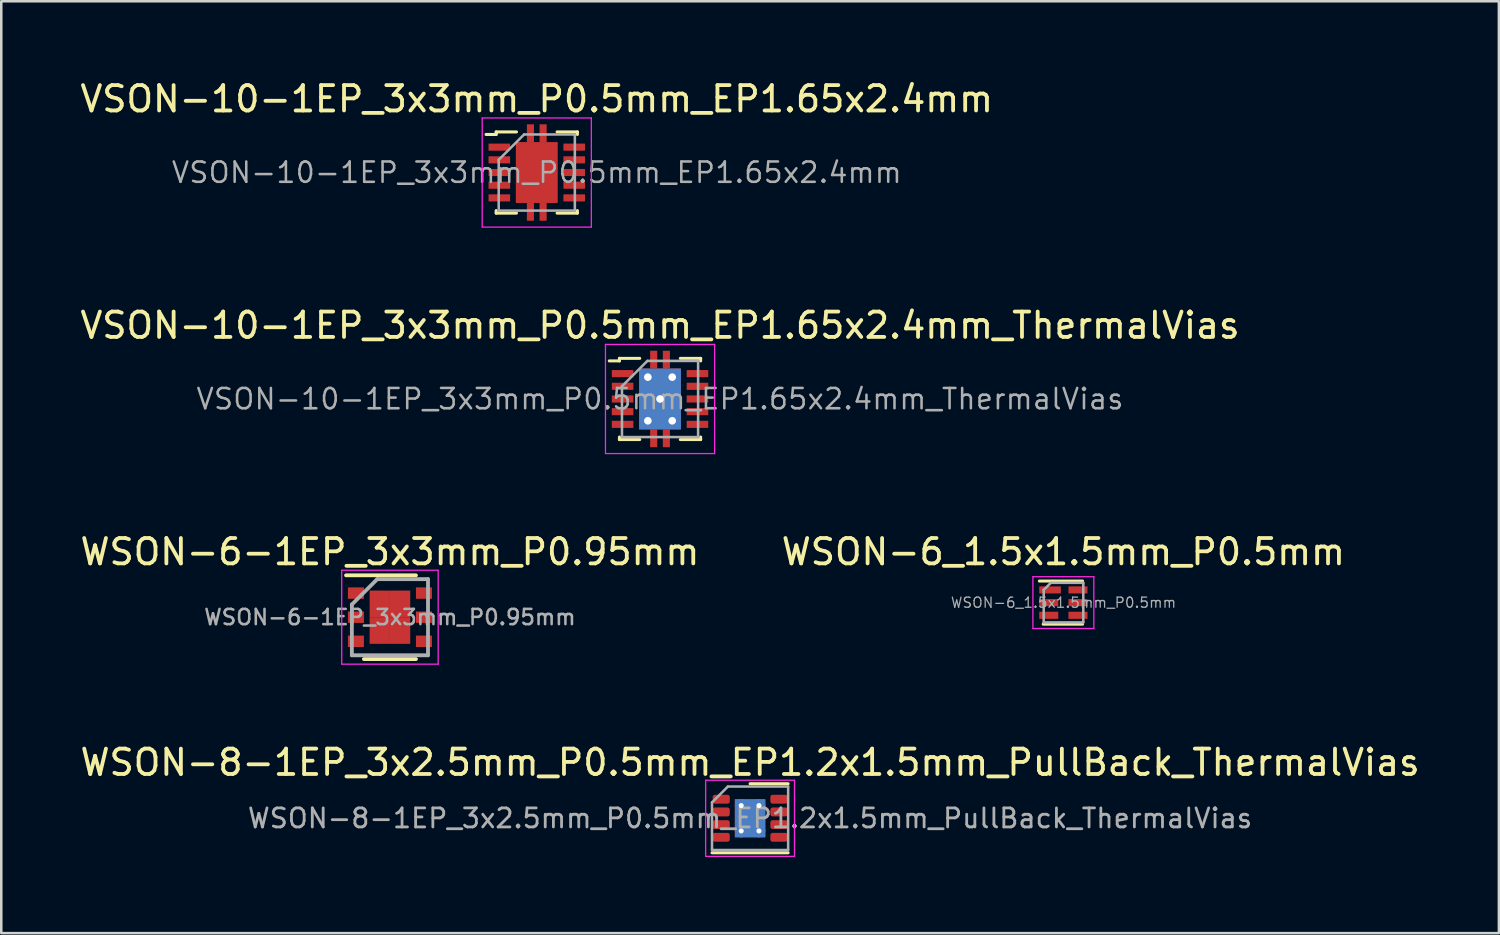
<source format=kicad_pcb>
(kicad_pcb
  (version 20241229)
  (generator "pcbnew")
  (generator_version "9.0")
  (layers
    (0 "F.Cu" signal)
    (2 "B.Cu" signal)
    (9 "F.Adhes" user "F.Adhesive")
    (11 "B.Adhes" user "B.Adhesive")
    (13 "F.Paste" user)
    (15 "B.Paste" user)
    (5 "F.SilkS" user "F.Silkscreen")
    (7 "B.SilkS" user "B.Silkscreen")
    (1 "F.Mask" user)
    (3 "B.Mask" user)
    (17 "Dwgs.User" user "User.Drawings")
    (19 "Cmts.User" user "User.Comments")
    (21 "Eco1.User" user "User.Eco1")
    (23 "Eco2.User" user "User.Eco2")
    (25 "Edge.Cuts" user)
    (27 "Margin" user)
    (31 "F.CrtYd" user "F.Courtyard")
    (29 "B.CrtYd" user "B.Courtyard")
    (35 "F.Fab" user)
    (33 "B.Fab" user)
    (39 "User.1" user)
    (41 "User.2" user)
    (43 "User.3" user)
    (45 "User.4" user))
  (footprint "VSON-10-1EP_3x3mm_P0.5mm_EP1.65x2.4mm"
    (layer "F.Cu")
    (at 18.101 3.748)
    (property "Reference" "VSON-10-1EP_3x3mm_P0.5mm_EP1.65x2.4mm" (at 0 -2.9 0) (layer "F.SilkS") (effects (font (size 1 1) (thickness 0.15))))
    (attr smd)
    (fp_line (start -1.6 -1.6) (end -1.6 -1.5) (stroke (width 0.12) (type solid)) (layer "F.SilkS"))
    (fp_line (start -1.6 -1.5) (end -2 -1.5) (stroke (width 0.12) (type solid)) (layer "F.SilkS"))
    (fp_line (start -1.6 1.5) (end -1.6 1.6) (stroke (width 0.12) (type solid)) (layer "F.SilkS"))
    (fp_line (start -1.6 1.6) (end -0.8 1.6) (stroke (width 0.12) (type solid)) (layer "F.SilkS"))
    (fp_line (start -0.8 -1.6) (end -1.6 -1.6) (stroke (width 0.12) (type solid)) (layer "F.SilkS"))
    (fp_line (start 0.8 -1.6) (end 1.6 -1.6) (stroke (width 0.12) (type solid)) (layer "F.SilkS"))
    (fp_line (start 0.8 1.6) (end 1.6 1.6) (stroke (width 0.12) (type solid)) (layer "F.SilkS"))
    (fp_line (start 1.6 -1.6) (end 1.6 -1.5) (stroke (width 0.12) (type solid)) (layer "F.SilkS"))
    (fp_line (start 1.6 1.6) (end 1.6 1.5) (stroke (width 0.12) (type solid)) (layer "F.SilkS"))
    (fp_line (start -2.15 -2.15) (end 2.15 -2.15) (stroke (width 0.05) (type solid)) (layer "F.CrtYd"))
    (fp_line (start -2.15 2.15) (end -2.15 -2.15) (stroke (width 0.05) (type solid)) (layer "F.CrtYd"))
    (fp_line (start 2.15 -2.15) (end 2.15 2.15) (stroke (width 0.05) (type solid)) (layer "F.CrtYd"))
    (fp_line (start 2.15 2.15) (end -2.15 2.15) (stroke (width 0.05) (type solid)) (layer "F.CrtYd"))
    (fp_line (start -1.5 -0.5) (end -1.5 1.5) (stroke (width 0.1) (type solid)) (layer "F.Fab"))
    (fp_line (start -1.5 -0.5) (end -0.5 -1.5) (stroke (width 0.1) (type solid)) (layer "F.Fab"))
    (fp_line (start -1.5 1.5) (end 1.5 1.5) (stroke (width 0.1) (type solid)) (layer "F.Fab"))
    (fp_line (start -0.5 -1.5) (end 1.5 -1.5) (stroke (width 0.1) (type solid)) (layer "F.Fab"))
    (fp_line (start 1.5 -1.5) (end 1.5 1.5) (stroke (width 0.1) (type solid)) (layer "F.Fab"))
    (fp_text user "${REFERENCE}" (at 0 0 0) (layer "F.Fab") (effects (font (size 0.8 0.8) (thickness 0.1))))
    (pad "" smd rect (at -0.412 -0.8) (size 0.64 0.64) (layers "F.Paste"))
    (pad "" smd rect (at -0.412 0) (size 0.64 0.64) (layers "F.Paste"))
    (pad "" smd rect (at -0.412 0.8) (size 0.64 0.64) (layers "F.Paste"))
    (pad "" smd rect (at 0.412 -0.8) (size 0.64 0.64) (layers "F.Paste"))
    (pad "" smd rect (at 0.412 0) (size 0.64 0.64) (layers "F.Paste"))
    (pad "" smd rect (at 0.412 0.8) (size 0.64 0.64) (layers "F.Paste"))
    (pad "1" smd rect (at -1.475 -1) (size 0.85 0.28) (layers "F.Cu" "F.Mask" "F.Paste"))
    (pad "2" smd rect (at -1.475 -0.5) (size 0.85 0.28) (layers "F.Cu" "F.Mask" "F.Paste"))
    (pad "3" smd rect (at -1.475 0) (size 0.85 0.28) (layers "F.Cu" "F.Mask" "F.Paste"))
    (pad "4" smd rect (at -1.475 0.5) (size 0.85 0.28) (layers "F.Cu" "F.Mask" "F.Paste"))
    (pad "5" smd rect (at -1.475 1) (size 0.85 0.28) (layers "F.Cu" "F.Mask" "F.Paste"))
    (pad "6" smd rect (at 1.475 1) (size 0.85 0.28) (layers "F.Cu" "F.Mask" "F.Paste"))
    (pad "7" smd rect (at 1.475 0.5) (size 0.85 0.28) (layers "F.Cu" "F.Mask" "F.Paste"))
    (pad "8" smd rect (at 1.475 0) (size 0.85 0.28) (layers "F.Cu" "F.Mask" "F.Paste"))
    (pad "9" smd rect (at 1.475 -0.5) (size 0.85 0.28) (layers "F.Cu" "F.Mask" "F.Paste"))
    (pad "10" smd rect (at 1.475 -1) (size 0.85 0.28) (layers "F.Cu" "F.Mask" "F.Paste"))
    (pad "11" smd rect (at -0.25 -1.55) (size 0.28 0.7) (layers "F.Cu" "F.Mask" "F.Paste"))
    (pad "11" smd rect (at -0.25 1.55) (size 0.28 0.7) (layers "F.Cu" "F.Mask" "F.Paste"))
    (pad "11" smd rect (at 0 0) (size 1.65 2.4) (layers "F.Cu" "F.Mask"))
    (pad "11" smd rect (at 0.25 -1.55) (size 0.28 0.7) (layers "F.Cu" "F.Mask" "F.Paste"))
    (pad "11" smd rect (at 0.25 1.55) (size 0.28 0.7) (layers "F.Cu" "F.Mask" "F.Paste")))
  (footprint "WSON-6-1EP_3x3mm_P0.95mm"
    (layer "F.Cu")
    (at 12.315 21.27)
    (property "Reference" "WSON-6-1EP_3x3mm_P0.95mm" (at 0 -2.575 0) (layer "F.SilkS") (effects (font (size 1 1) (thickness 0.15))))
    (attr smd)
    (fp_line (start -1.73 -1.65) (end 1.025 -1.65) (stroke (width 0.15) (type solid)) (layer "F.SilkS"))
    (fp_line (start -1.025 1.65) (end 1.025 1.65) (stroke (width 0.15) (type solid)) (layer "F.SilkS"))
    (fp_line (start -1.9 -1.85) (end -1.9 1.85) (stroke (width 0.05) (type solid)) (layer "F.CrtYd"))
    (fp_line (start -1.9 -1.85) (end 1.9 -1.85) (stroke (width 0.05) (type solid)) (layer "F.CrtYd"))
    (fp_line (start -1.9 1.85) (end 1.9 1.85) (stroke (width 0.05) (type solid)) (layer "F.CrtYd"))
    (fp_line (start 1.9 -1.85) (end 1.9 1.85) (stroke (width 0.05) (type solid)) (layer "F.CrtYd"))
    (fp_line (start -1.5 -0.5) (end -0.5 -1.5) (stroke (width 0.15) (type solid)) (layer "F.Fab"))
    (fp_line (start -1.5 1.5) (end -1.5 -0.5) (stroke (width 0.15) (type solid)) (layer "F.Fab"))
    (fp_line (start -0.5 -1.5) (end 1.5 -1.5) (stroke (width 0.15) (type solid)) (layer "F.Fab"))
    (fp_line (start 1.5 -1.5) (end 1.5 1.5) (stroke (width 0.15) (type solid)) (layer "F.Fab"))
    (fp_line (start 1.5 1.5) (end -1.5 1.5) (stroke (width 0.15) (type solid)) (layer "F.Fab"))
    (fp_text user "${REFERENCE}" (at 0 0 0) (layer "F.Fab") (effects (font (size 0.6 0.6) (thickness 0.1))))
    (pad "1" smd rect (at -1.34 -0.95) (size 0.63 0.45) (layers "F.Cu" "F.Mask" "F.Paste"))
    (pad "2" smd rect (at -1.34 0) (size 0.63 0.45) (layers "F.Cu" "F.Mask" "F.Paste"))
    (pad "3" smd rect (at -1.34 0.95) (size 0.63 0.45) (layers "F.Cu" "F.Mask" "F.Paste"))
    (pad "4" smd rect (at 1.34 0.95) (size 0.63 0.45) (layers "F.Cu" "F.Mask" "F.Paste"))
    (pad "5" smd rect (at 1.34 0) (size 0.63 0.45) (layers "F.Cu" "F.Mask" "F.Paste"))
    (pad "6" smd rect (at 1.34 -0.95) (size 0.63 0.45) (layers "F.Cu" "F.Mask" "F.Paste"))
    (pad "7" smd rect (at -0.4 -0.525) (size 0.8 1.05) (layers "F.Cu" "F.Mask" "F.Paste"))
    (pad "7" smd rect (at -0.4 0.525) (size 0.8 1.05) (layers "F.Cu" "F.Mask" "F.Paste"))
    (pad "7" smd rect (at 0.4 -0.525) (size 0.8 1.05) (layers "F.Cu" "F.Mask" "F.Paste"))
    (pad "7" smd rect (at 0.4 0.525) (size 0.8 1.05) (layers "F.Cu" "F.Mask" "F.Paste")))
  (footprint "WSON-8-1EP_3x2.5mm_P0.5mm_EP1.2x1.5mm_PullBack_ThermalVias"
    (layer "F.Cu")
    (at 26.506 29.193)
    (property "Reference" "WSON-8-1EP_3x2.5mm_P0.5mm_EP1.2x1.5mm_PullBack_ThermalVias" (at 0 -2.2 0) (layer "F.SilkS") (effects (font (size 1 1) (thickness 0.15))))
    (attr smd)
    (fp_line (start -1.5 1.36) (end 1.5 1.36) (stroke (width 0.12) (type solid)) (layer "F.SilkS"))
    (fp_line (start 0 -1.36) (end 1.5 -1.36) (stroke (width 0.12) (type solid)) (layer "F.SilkS"))
    (fp_line (start -1.75 -1.5) (end -1.75 1.5) (stroke (width 0.05) (type solid)) (layer "F.CrtYd"))
    (fp_line (start -1.75 1.5) (end 1.75 1.5) (stroke (width 0.05) (type solid)) (layer "F.CrtYd"))
    (fp_line (start 1.75 -1.5) (end -1.75 -1.5) (stroke (width 0.05) (type solid)) (layer "F.CrtYd"))
    (fp_line (start 1.75 1.5) (end 1.75 -1.5) (stroke (width 0.05) (type solid)) (layer "F.CrtYd"))
    (fp_line (start -1.5 -0.625) (end -0.875 -1.25) (stroke (width 0.1) (type solid)) (layer "F.Fab"))
    (fp_line (start -1.5 1.25) (end -1.5 -0.625) (stroke (width 0.1) (type solid)) (layer "F.Fab"))
    (fp_line (start -0.875 -1.25) (end 1.5 -1.25) (stroke (width 0.1) (type solid)) (layer "F.Fab"))
    (fp_line (start 1.5 -1.25) (end 1.5 1.25) (stroke (width 0.1) (type solid)) (layer "F.Fab"))
    (fp_line (start 1.5 1.25) (end -1.5 1.25) (stroke (width 0.1) (type solid)) (layer "F.Fab"))
    (fp_text user "${REFERENCE}" (at 0 0 0) (layer "F.Fab") (effects (font (size 0.75 0.75) (thickness 0.11))))
    (pad "" smd roundrect (at -0.3 -0.375) (size 0.52 0.65) (layers "F.Paste") (roundrect_rratio 0.25))
    (pad "" smd roundrect (at -0.3 0.375) (size 0.52 0.65) (layers "F.Paste") (roundrect_rratio 0.25))
    (pad "" smd roundrect (at 0.3 -0.375) (size 0.52 0.65) (layers "F.Paste") (roundrect_rratio 0.25))
    (pad "" smd roundrect (at 0.3 0.375) (size 0.52 0.65) (layers "F.Paste") (roundrect_rratio 0.25))
    (pad "1" smd roundrect (at -1.137 -0.75) (size 0.675 0.35) (layers "F.Cu" "F.Mask" "F.Paste") (roundrect_rratio 0.25))
    (pad "2" smd roundrect (at -1.137 -0.25) (size 0.675 0.35) (layers "F.Cu" "F.Mask" "F.Paste") (roundrect_rratio 0.25))
    (pad "3" smd roundrect (at -1.137 0.25) (size 0.675 0.35) (layers "F.Cu" "F.Mask" "F.Paste") (roundrect_rratio 0.25))
    (pad "4" smd roundrect (at -1.137 0.75) (size 0.675 0.35) (layers "F.Cu" "F.Mask" "F.Paste") (roundrect_rratio 0.25))
    (pad "5" smd roundrect (at 1.137 0.75) (size 0.675 0.35) (layers "F.Cu" "F.Mask" "F.Paste") (roundrect_rratio 0.25))
    (pad "6" smd roundrect (at 1.137 0.25) (size 0.675 0.35) (layers "F.Cu" "F.Mask" "F.Paste") (roundrect_rratio 0.25))
    (pad "7" smd roundrect (at 1.137 -0.25) (size 0.675 0.35) (layers "F.Cu" "F.Mask" "F.Paste") (roundrect_rratio 0.25))
    (pad "8" smd roundrect (at 1.137 -0.75) (size 0.675 0.35) (layers "F.Cu" "F.Mask" "F.Paste") (roundrect_rratio 0.25))
    (pad "9" thru_hole circle (at -0.35 -0.5) (size 0.5 0.5) (drill 0.2) (layers "*.Cu"))
    (pad "9" thru_hole circle (at -0.35 0.5) (size 0.5 0.5) (drill 0.2) (layers "*.Cu"))
    (pad "9" smd rect (at 0 0) (size 1.2 1.5) (layers "F.Cu" "F.Mask"))
    (pad "9" smd rect (at 0 0) (size 1.2 1.5) (layers "B.Cu"))
    (pad "9" thru_hole circle (at 0.35 -0.5) (size 0.5 0.5) (drill 0.2) (layers "*.Cu"))
    (pad "9" thru_hole circle (at 0.35 0.5) (size 0.5 0.5) (drill 0.2) (layers "*.Cu")))
  (footprint "WSON-6_1.5x1.5mm_P0.5mm"
    (layer "F.Cu")
    (at 38.851 20.695)
    (property "Reference" "WSON-6_1.5x1.5mm_P0.5mm" (at 0 -2 0) (layer "F.SilkS") (effects (font (size 1 1) (thickness 0.15))))
    (attr smd)
    (fp_line (start -0.945 -0.85) (end 0.755 -0.85) (stroke (width 0.12) (type solid)) (layer "F.SilkS"))
    (fp_line (start -0.795 0.85) (end 0.755 0.85) (stroke (width 0.12) (type solid)) (layer "F.SilkS"))
    (fp_line (start -1.2 1.02) (end -1.2 -1.02) (stroke (width 0.05) (type solid)) (layer "F.CrtYd"))
    (fp_line (start -1.2 1.02) (end 1.2 1.02) (stroke (width 0.05) (type solid)) (layer "F.CrtYd"))
    (fp_line (start 1.2 -1.02) (end -1.2 -1.02) (stroke (width 0.05) (type solid)) (layer "F.CrtYd"))
    (fp_line (start 1.2 -1.02) (end 1.2 1.02) (stroke (width 0.05) (type solid)) (layer "F.CrtYd"))
    (fp_line (start -0.775 -0.5) (end -0.775 0.78) (stroke (width 0.1) (type solid)) (layer "F.Fab"))
    (fp_line (start -0.775 0.78) (end 0.785 0.78) (stroke (width 0.1) (type solid)) (layer "F.Fab"))
    (fp_line (start -0.495 -0.78) (end -0.775 -0.5) (stroke (width 0.1) (type solid)) (layer "F.Fab"))
    (fp_line (start 0.785 -0.78) (end -0.495 -0.78) (stroke (width 0.1) (type solid)) (layer "F.Fab"))
    (fp_line (start 0.785 -0.78) (end 0.785 0.78) (stroke (width 0.1) (type solid)) (layer "F.Fab"))
    (fp_text user "${REFERENCE}" (at 0.005 0 0) (layer "F.Fab") (effects (font (size 0.4 0.4) (thickness 0.05))))
    (pad "1" smd rect (at -0.525 -0.5 270) (size 0.28 0.85) (layers "F.Cu" "F.Mask" "F.Paste"))
    (pad "2" smd rect (at -0.575 0 270) (size 0.28 0.75) (layers "F.Cu" "F.Mask" "F.Paste"))
    (pad "3" smd rect (at -0.575 0.5 270) (size 0.28 0.75) (layers "F.Cu" "F.Mask" "F.Paste"))
    (pad "4" smd rect (at 0.575 0.5 270) (size 0.28 0.75) (layers "F.Cu" "F.Mask" "F.Paste"))
    (pad "5" smd rect (at 0.575 0 270) (size 0.28 0.75) (layers "F.Cu" "F.Mask" "F.Paste"))
    (pad "6" smd rect (at 0.575 -0.5 270) (size 0.28 0.75) (layers "F.Cu" "F.Mask" "F.Paste")))
  (footprint "VSON-10-1EP_3x3mm_P0.5mm_EP1.65x2.4mm_ThermalVias"
    (layer "F.Cu")
    (at 22.958 12.671)
    (property "Reference" "VSON-10-1EP_3x3mm_P0.5mm_EP1.65x2.4mm_ThermalVias" (at 0 -2.9 0) (layer "F.SilkS") (effects (font (size 1 1) (thickness 0.15))))
    (attr smd)
    (fp_line (start -1.6 -1.6) (end -1.6 -1.5) (stroke (width 0.12) (type solid)) (layer "F.SilkS"))
    (fp_line (start -1.6 -1.5) (end -2 -1.5) (stroke (width 0.12) (type solid)) (layer "F.SilkS"))
    (fp_line (start -1.6 1.5) (end -1.6 1.6) (stroke (width 0.12) (type solid)) (layer "F.SilkS"))
    (fp_line (start -1.6 1.6) (end -0.8 1.6) (stroke (width 0.12) (type solid)) (layer "F.SilkS"))
    (fp_line (start -0.8 -1.6) (end -1.6 -1.6) (stroke (width 0.12) (type solid)) (layer "F.SilkS"))
    (fp_line (start 0.8 -1.6) (end 1.6 -1.6) (stroke (width 0.12) (type solid)) (layer "F.SilkS"))
    (fp_line (start 0.8 1.6) (end 1.6 1.6) (stroke (width 0.12) (type solid)) (layer "F.SilkS"))
    (fp_line (start 1.6 -1.6) (end 1.6 -1.5) (stroke (width 0.12) (type solid)) (layer "F.SilkS"))
    (fp_line (start 1.6 1.6) (end 1.6 1.5) (stroke (width 0.12) (type solid)) (layer "F.SilkS"))
    (fp_line (start -2.15 -2.15) (end 2.15 -2.15) (stroke (width 0.05) (type solid)) (layer "F.CrtYd"))
    (fp_line (start -2.15 2.15) (end -2.15 -2.15) (stroke (width 0.05) (type solid)) (layer "F.CrtYd"))
    (fp_line (start 2.15 -2.15) (end 2.15 2.15) (stroke (width 0.05) (type solid)) (layer "F.CrtYd"))
    (fp_line (start 2.15 2.15) (end -2.15 2.15) (stroke (width 0.05) (type solid)) (layer "F.CrtYd"))
    (fp_line (start -1.5 -0.5) (end -1.5 1.5) (stroke (width 0.1) (type solid)) (layer "F.Fab"))
    (fp_line (start -1.5 -0.5) (end -0.5 -1.5) (stroke (width 0.1) (type solid)) (layer "F.Fab"))
    (fp_line (start -1.5 1.5) (end 1.5 1.5) (stroke (width 0.1) (type solid)) (layer "F.Fab"))
    (fp_line (start -0.5 -1.5) (end 1.5 -1.5) (stroke (width 0.1) (type solid)) (layer "F.Fab"))
    (fp_line (start 1.5 -1.5) (end 1.5 1.5) (stroke (width 0.1) (type solid)) (layer "F.Fab"))
    (fp_text user "${REFERENCE}" (at 0 0 0) (layer "F.Fab") (effects (font (size 0.8 0.8) (thickness 0.1))))
    (pad "" smd rect (at -0.48 -0.86) (size 0.64 0.64) (layers "F.Paste"))
    (pad "" smd rect (at -0.48 0) (size 0.64 0.64) (layers "F.Paste"))
    (pad "" smd rect (at -0.48 0.86) (size 0.64 0.64) (layers "F.Paste"))
    (pad "" smd rect (at 0.48 -0.86) (size 0.64 0.64) (layers "F.Paste"))
    (pad "" smd rect (at 0.48 0) (size 0.64 0.64) (layers "F.Paste"))
    (pad "" smd rect (at 0.48 0.86) (size 0.64 0.64) (layers "F.Paste"))
    (pad "1" smd rect (at -1.475 -1) (size 0.85 0.28) (layers "F.Cu" "F.Mask" "F.Paste"))
    (pad "2" smd rect (at -1.475 -0.5) (size 0.85 0.28) (layers "F.Cu" "F.Mask" "F.Paste"))
    (pad "3" smd rect (at -1.475 0) (size 0.85 0.28) (layers "F.Cu" "F.Mask" "F.Paste"))
    (pad "4" smd rect (at -1.475 0.5) (size 0.85 0.28) (layers "F.Cu" "F.Mask" "F.Paste"))
    (pad "5" smd rect (at -1.475 1) (size 0.85 0.28) (layers "F.Cu" "F.Mask" "F.Paste"))
    (pad "6" smd rect (at 1.475 1) (size 0.85 0.28) (layers "F.Cu" "F.Mask" "F.Paste"))
    (pad "7" smd rect (at 1.475 0.5) (size 0.85 0.28) (layers "F.Cu" "F.Mask" "F.Paste"))
    (pad "8" smd rect (at 1.475 0) (size 0.85 0.28) (layers "F.Cu" "F.Mask" "F.Paste"))
    (pad "9" smd rect (at 1.475 -0.5) (size 0.85 0.28) (layers "F.Cu" "F.Mask" "F.Paste"))
    (pad "10" smd rect (at 1.475 -1) (size 0.85 0.28) (layers "F.Cu" "F.Mask" "F.Paste"))
    (pad "11" thru_hole circle (at -0.48 -0.86) (size 0.6 0.6) (drill 0.3) (layers "*.Cu"))
    (pad "11" thru_hole circle (at -0.48 0.86) (size 0.6 0.6) (drill 0.3) (layers "*.Cu"))
    (pad "11" smd rect (at -0.25 -1.55) (size 0.28 0.7) (layers "F.Cu" "F.Mask" "F.Paste"))
    (pad "11" smd rect (at -0.25 1.55) (size 0.28 0.7) (layers "F.Cu" "F.Mask" "F.Paste"))
    (pad "11" thru_hole circle (at 0 0) (size 0.6 0.6) (drill 0.3) (layers "*.Cu"))
    (pad "11" smd rect (at 0 0) (size 1.65 2.4) (layers "F.Cu" "F.Mask"))
    (pad "11" smd rect (at 0 0) (size 1.65 2.4) (layers "B.Cu"))
    (pad "11" smd rect (at 0.25 -1.55) (size 0.28 0.7) (layers "F.Cu" "F.Mask" "F.Paste"))
    (pad "11" smd rect (at 0.25 1.55) (size 0.28 0.7) (layers "F.Cu" "F.Mask" "F.Paste"))
    (pad "11" thru_hole circle (at 0.48 -0.86) (size 0.6 0.6) (drill 0.3) (layers "*.Cu"))
    (pad "11" thru_hole circle (at 0.48 0.86) (size 0.6 0.6) (drill 0.3) (layers "*.Cu")))
  (gr_rect
    (start -3 -3)
    (end 56.012 33.718)
    (stroke (width 0.1) (type default))
    (fill no)
    (layer "Edge.Cuts")))
</source>
